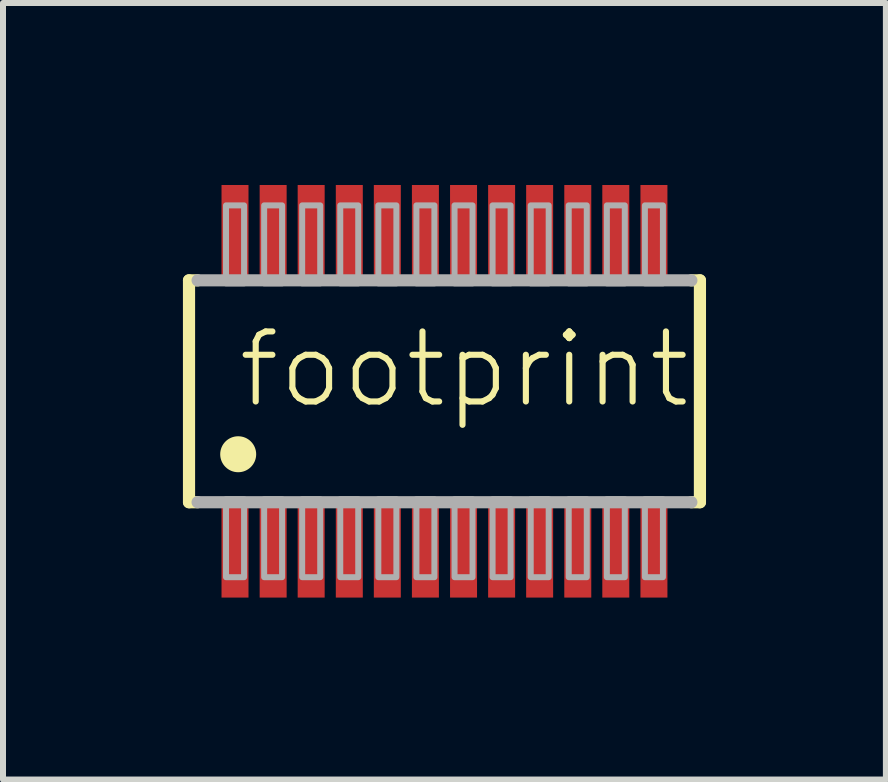
<source format=kicad_pcb>
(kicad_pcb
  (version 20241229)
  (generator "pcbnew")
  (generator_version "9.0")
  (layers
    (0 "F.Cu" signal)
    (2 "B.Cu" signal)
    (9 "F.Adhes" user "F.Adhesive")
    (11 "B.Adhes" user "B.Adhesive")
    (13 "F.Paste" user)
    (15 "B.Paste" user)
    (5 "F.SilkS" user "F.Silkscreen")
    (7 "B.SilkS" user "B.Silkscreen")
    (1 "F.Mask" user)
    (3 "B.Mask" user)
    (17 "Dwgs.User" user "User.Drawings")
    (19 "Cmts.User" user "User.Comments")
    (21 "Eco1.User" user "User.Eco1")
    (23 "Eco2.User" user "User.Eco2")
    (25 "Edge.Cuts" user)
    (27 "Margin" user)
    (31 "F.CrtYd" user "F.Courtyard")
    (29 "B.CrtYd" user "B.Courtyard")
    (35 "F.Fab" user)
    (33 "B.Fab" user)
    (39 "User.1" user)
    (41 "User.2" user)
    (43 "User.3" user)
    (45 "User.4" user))
  (footprint "footprint"
    (layer "F.Cu")
    (at 4.362 3.475)
    (property "Reference" "footprint" (at -3.493 0.318 0) (layer "F.SilkS") (effects (font (size 1.168 1.168) (thickness 0.102)) (justify left bottom)))
    (fp_poly (pts (xy -3.74 3.475) (xy -3.24 3.475) (xy -3.24 1.9) (xy -3.74 1.9)) (stroke (width 0) (type solid)) (fill yes) (layer "F.Mask"))
    (fp_poly (pts (xy -3.245 -3.475) (xy -3.745 -3.475) (xy -3.745 -1.9) (xy -3.245 -1.9)) (stroke (width 0) (type solid)) (fill yes) (layer "F.Mask"))
    (fp_poly (pts (xy -3.105 3.475) (xy -2.605 3.475) (xy -2.605 1.9) (xy -3.105 1.9)) (stroke (width 0) (type solid)) (fill yes) (layer "F.Mask"))
    (fp_poly (pts (xy -2.61 -3.475) (xy -3.11 -3.475) (xy -3.11 -1.9) (xy -2.61 -1.9)) (stroke (width 0) (type solid)) (fill yes) (layer "F.Mask"))
    (fp_poly (pts (xy -2.47 3.475) (xy -1.97 3.475) (xy -1.97 1.9) (xy -2.47 1.9)) (stroke (width 0) (type solid)) (fill yes) (layer "F.Mask"))
    (fp_poly (pts (xy -1.975 -3.475) (xy -2.475 -3.475) (xy -2.475 -1.9) (xy -1.975 -1.9)) (stroke (width 0) (type solid)) (fill yes) (layer "F.Mask"))
    (fp_poly (pts (xy -1.835 3.475) (xy -1.335 3.475) (xy -1.335 1.9) (xy -1.835 1.9)) (stroke (width 0) (type solid)) (fill yes) (layer "F.Mask"))
    (fp_poly (pts (xy -1.34 -3.475) (xy -1.84 -3.475) (xy -1.84 -1.9) (xy -1.34 -1.9)) (stroke (width 0) (type solid)) (fill yes) (layer "F.Mask"))
    (fp_poly (pts (xy -1.2 3.475) (xy -0.7 3.475) (xy -0.7 1.9) (xy -1.2 1.9)) (stroke (width 0) (type solid)) (fill yes) (layer "F.Mask"))
    (fp_poly (pts (xy -0.705 -3.475) (xy -1.205 -3.475) (xy -1.205 -1.9) (xy -0.705 -1.9)) (stroke (width 0) (type solid)) (fill yes) (layer "F.Mask"))
    (fp_poly (pts (xy -0.565 3.475) (xy -0.065 3.475) (xy -0.065 1.9) (xy -0.565 1.9)) (stroke (width 0) (type solid)) (fill yes) (layer "F.Mask"))
    (fp_poly (pts (xy -0.07 -3.475) (xy -0.57 -3.475) (xy -0.57 -1.9) (xy -0.07 -1.9)) (stroke (width 0) (type solid)) (fill yes) (layer "F.Mask"))
    (fp_poly (pts (xy 0.07 3.475) (xy 0.57 3.475) (xy 0.57 1.9) (xy 0.07 1.9)) (stroke (width 0) (type solid)) (fill yes) (layer "F.Mask"))
    (fp_poly (pts (xy 0.565 -3.475) (xy 0.065 -3.475) (xy 0.065 -1.9) (xy 0.565 -1.9)) (stroke (width 0) (type solid)) (fill yes) (layer "F.Mask"))
    (fp_poly (pts (xy 0.705 3.475) (xy 1.205 3.475) (xy 1.205 1.9) (xy 0.705 1.9)) (stroke (width 0) (type solid)) (fill yes) (layer "F.Mask"))
    (fp_poly (pts (xy 1.2 -3.475) (xy 0.7 -3.475) (xy 0.7 -1.9) (xy 1.2 -1.9)) (stroke (width 0) (type solid)) (fill yes) (layer "F.Mask"))
    (fp_poly (pts (xy 1.34 3.475) (xy 1.84 3.475) (xy 1.84 1.9) (xy 1.34 1.9)) (stroke (width 0) (type solid)) (fill yes) (layer "F.Mask"))
    (fp_poly (pts (xy 1.835 -3.475) (xy 1.335 -3.475) (xy 1.335 -1.9) (xy 1.835 -1.9)) (stroke (width 0) (type solid)) (fill yes) (layer "F.Mask"))
    (fp_poly (pts (xy 1.975 3.475) (xy 2.475 3.475) (xy 2.475 1.9) (xy 1.975 1.9)) (stroke (width 0) (type solid)) (fill yes) (layer "F.Mask"))
    (fp_poly (pts (xy 2.47 -3.475) (xy 1.97 -3.475) (xy 1.97 -1.9) (xy 2.47 -1.9)) (stroke (width 0) (type solid)) (fill yes) (layer "F.Mask"))
    (fp_poly (pts (xy 2.61 3.475) (xy 3.11 3.475) (xy 3.11 1.9) (xy 2.61 1.9)) (stroke (width 0) (type solid)) (fill yes) (layer "F.Mask"))
    (fp_poly (pts (xy 3.105 -3.475) (xy 2.605 -3.475) (xy 2.605 -1.9) (xy 3.105 -1.9)) (stroke (width 0) (type solid)) (fill yes) (layer "F.Mask"))
    (fp_poly (pts (xy 3.245 3.475) (xy 3.745 3.475) (xy 3.745 1.9) (xy 3.245 1.9)) (stroke (width 0) (type solid)) (fill yes) (layer "F.Mask"))
    (fp_poly (pts (xy 3.74 -3.475) (xy 3.24 -3.475) (xy 3.24 -1.9) (xy 3.74 -1.9)) (stroke (width 0) (type solid)) (fill yes) (layer "F.Mask"))
    (fp_line (start -4.26 1.85) (end -4.26 -1.85) (stroke (width 0.203) (type solid)) (layer "F.SilkS"))
    (fp_line (start -4.26 1.85) (end -4.117 1.85) (stroke (width 0.203) (type solid)) (layer "F.SilkS"))
    (fp_line (start -4.117 -1.85) (end -4.26 -1.85) (stroke (width 0.203) (type solid)) (layer "F.SilkS"))
    (fp_line (start 4.117 1.85) (end 4.26 1.85) (stroke (width 0.203) (type solid)) (layer "F.SilkS"))
    (fp_line (start 4.26 -1.85) (end 4.117 -1.85) (stroke (width 0.203) (type solid)) (layer "F.SilkS"))
    (fp_line (start 4.26 -1.85) (end 4.26 1.85) (stroke (width 0.203) (type solid)) (layer "F.SilkS"))
    (fp_circle (center -3.44 1.05) (end -3.29 1.05) (stroke (width 0.3) (type solid)) (fill yes) (layer "F.SilkS"))
    (fp_line (start -4.117 1.85) (end 4.117 1.85) (stroke (width 0.203) (type solid)) (layer "F.Fab"))
    (fp_line (start 4.117 -1.85) (end -4.117 -1.85) (stroke (width 0.203) (type solid)) (layer "F.Fab"))
    (fp_poly (pts (xy -3.643 -1.8) (xy -3.342 -1.8) (xy -3.342 -3.1) (xy -3.643 -3.1)) (stroke (width 0.1) (type solid)) (fill no) (layer "F.Fab"))
    (fp_poly (pts (xy -3.643 3.1) (xy -3.342 3.1) (xy -3.342 1.8) (xy -3.643 1.8)) (stroke (width 0.1) (type solid)) (fill no) (layer "F.Fab"))
    (fp_poly (pts (xy -3.007 -1.8) (xy -2.708 -1.8) (xy -2.708 -3.1) (xy -3.007 -3.1)) (stroke (width 0.1) (type solid)) (fill no) (layer "F.Fab"))
    (fp_poly (pts (xy -3.007 3.1) (xy -2.708 3.1) (xy -2.708 1.8) (xy -3.007 1.8)) (stroke (width 0.1) (type solid)) (fill no) (layer "F.Fab"))
    (fp_poly (pts (xy -2.373 -1.8) (xy -2.072 -1.8) (xy -2.072 -3.1) (xy -2.373 -3.1)) (stroke (width 0.1) (type solid)) (fill no) (layer "F.Fab"))
    (fp_poly (pts (xy -2.373 3.1) (xy -2.072 3.1) (xy -2.072 1.8) (xy -2.373 1.8)) (stroke (width 0.1) (type solid)) (fill no) (layer "F.Fab"))
    (fp_poly (pts (xy -1.738 -1.8) (xy -1.438 -1.8) (xy -1.438 -3.1) (xy -1.738 -3.1)) (stroke (width 0.1) (type solid)) (fill no) (layer "F.Fab"))
    (fp_poly (pts (xy -1.738 3.1) (xy -1.438 3.1) (xy -1.438 1.8) (xy -1.738 1.8)) (stroke (width 0.1) (type solid)) (fill no) (layer "F.Fab"))
    (fp_poly (pts (xy -1.103 -1.8) (xy -0.802 -1.8) (xy -0.802 -3.1) (xy -1.103 -3.1)) (stroke (width 0.1) (type solid)) (fill no) (layer "F.Fab"))
    (fp_poly (pts (xy -1.103 3.1) (xy -0.802 3.1) (xy -0.802 1.8) (xy -1.103 1.8)) (stroke (width 0.1) (type solid)) (fill no) (layer "F.Fab"))
    (fp_poly (pts (xy -0.468 -1.8) (xy -0.168 -1.8) (xy -0.168 -3.1) (xy -0.468 -3.1)) (stroke (width 0.1) (type solid)) (fill no) (layer "F.Fab"))
    (fp_poly (pts (xy -0.468 3.1) (xy -0.168 3.1) (xy -0.168 1.8) (xy -0.468 1.8)) (stroke (width 0.1) (type solid)) (fill no) (layer "F.Fab"))
    (fp_poly (pts (xy 0.168 -1.8) (xy 0.468 -1.8) (xy 0.468 -3.1) (xy 0.168 -3.1)) (stroke (width 0.1) (type solid)) (fill no) (layer "F.Fab"))
    (fp_poly (pts (xy 0.168 3.1) (xy 0.468 3.1) (xy 0.468 1.8) (xy 0.168 1.8)) (stroke (width 0.1) (type solid)) (fill no) (layer "F.Fab"))
    (fp_poly (pts (xy 0.802 -1.8) (xy 1.103 -1.8) (xy 1.103 -3.1) (xy 0.802 -3.1)) (stroke (width 0.1) (type solid)) (fill no) (layer "F.Fab"))
    (fp_poly (pts (xy 0.802 3.1) (xy 1.103 3.1) (xy 1.103 1.8) (xy 0.802 1.8)) (stroke (width 0.1) (type solid)) (fill no) (layer "F.Fab"))
    (fp_poly (pts (xy 1.438 -1.8) (xy 1.738 -1.8) (xy 1.738 -3.1) (xy 1.438 -3.1)) (stroke (width 0.1) (type solid)) (fill no) (layer "F.Fab"))
    (fp_poly (pts (xy 1.438 3.1) (xy 1.738 3.1) (xy 1.738 1.8) (xy 1.438 1.8)) (stroke (width 0.1) (type solid)) (fill no) (layer "F.Fab"))
    (fp_poly (pts (xy 2.072 -1.8) (xy 2.373 -1.8) (xy 2.373 -3.1) (xy 2.072 -3.1)) (stroke (width 0.1) (type solid)) (fill no) (layer "F.Fab"))
    (fp_poly (pts (xy 2.072 3.1) (xy 2.373 3.1) (xy 2.373 1.8) (xy 2.072 1.8)) (stroke (width 0.1) (type solid)) (fill no) (layer "F.Fab"))
    (fp_poly (pts (xy 2.708 -1.8) (xy 3.007 -1.8) (xy 3.007 -3.1) (xy 2.708 -3.1)) (stroke (width 0.1) (type solid)) (fill no) (layer "F.Fab"))
    (fp_poly (pts (xy 3.007 1.8) (xy 2.708 1.8) (xy 2.708 3.1) (xy 3.007 3.1)) (stroke (width 0.1) (type solid)) (fill no) (layer "F.Fab"))
    (fp_poly (pts (xy 3.342 -1.8) (xy 3.643 -1.8) (xy 3.643 -3.1) (xy 3.342 -3.1)) (stroke (width 0.1) (type solid)) (fill no) (layer "F.Fab"))
    (fp_poly (pts (xy 3.643 1.8) (xy 3.342 1.8) (xy 3.342 3.1) (xy 3.643 3.1)) (stroke (width 0.1) (type solid)) (fill no) (layer "F.Fab"))
    (pad "1" smd rect (at -3.493 2.69) (size 0.45 1.5) (layers "F.Cu" "F.Paste"))
    (pad "2" smd rect (at -2.857 2.69) (size 0.45 1.5) (layers "F.Cu" "F.Paste"))
    (pad "3" smd rect (at -2.223 2.69) (size 0.45 1.5) (layers "F.Cu" "F.Paste"))
    (pad "4" smd rect (at -1.587 2.69) (size 0.45 1.5) (layers "F.Cu" "F.Paste"))
    (pad "5" smd rect (at -0.953 2.69) (size 0.45 1.5) (layers "F.Cu" "F.Paste"))
    (pad "6" smd rect (at -0.318 2.69) (size 0.45 1.5) (layers "F.Cu" "F.Paste"))
    (pad "7" smd rect (at 0.318 2.69) (size 0.45 1.5) (layers "F.Cu" "F.Paste"))
    (pad "8" smd rect (at 0.953 2.69) (size 0.45 1.5) (layers "F.Cu" "F.Paste"))
    (pad "9" smd rect (at 1.587 2.69) (size 0.45 1.5) (layers "F.Cu" "F.Paste"))
    (pad "10" smd rect (at 2.223 2.69) (size 0.45 1.5) (layers "F.Cu" "F.Paste"))
    (pad "11" smd rect (at 2.857 2.69 180) (size 0.45 1.5) (layers "F.Cu" "F.Paste"))
    (pad "12" smd rect (at 3.493 2.69 180) (size 0.45 1.5) (layers "F.Cu" "F.Paste"))
    (pad "13" smd rect (at 3.493 -2.69) (size 0.45 1.5) (layers "F.Cu" "F.Paste"))
    (pad "14" smd rect (at 2.857 -2.69) (size 0.45 1.5) (layers "F.Cu" "F.Paste"))
    (pad "15" smd rect (at 2.223 -2.69) (size 0.45 1.5) (layers "F.Cu" "F.Paste"))
    (pad "16" smd rect (at 1.587 -2.69) (size 0.45 1.5) (layers "F.Cu" "F.Paste"))
    (pad "17" smd rect (at 0.953 -2.69) (size 0.45 1.5) (layers "F.Cu" "F.Paste"))
    (pad "18" smd rect (at 0.318 -2.69) (size 0.45 1.5) (layers "F.Cu" "F.Paste"))
    (pad "19" smd rect (at -0.318 -2.69) (size 0.45 1.5) (layers "F.Cu" "F.Paste"))
    (pad "20" smd rect (at -0.953 -2.69) (size 0.45 1.5) (layers "F.Cu" "F.Paste"))
    (pad "21" smd rect (at -1.587 -2.69) (size 0.45 1.5) (layers "F.Cu" "F.Paste"))
    (pad "22" smd rect (at -2.223 -2.69) (size 0.45 1.5) (layers "F.Cu" "F.Paste"))
    (pad "23" smd rect (at -2.857 -2.69) (size 0.45 1.5) (layers "F.Cu" "F.Paste"))
    (pad "24" smd rect (at -3.493 -2.69) (size 0.45 1.5) (layers "F.Cu" "F.Paste")))
  (gr_rect
    (start -3 -3)
    (end 11.723 9.95)
    (stroke (width 0.1) (type default))
    (fill no)
    (layer "Edge.Cuts")))
</source>
